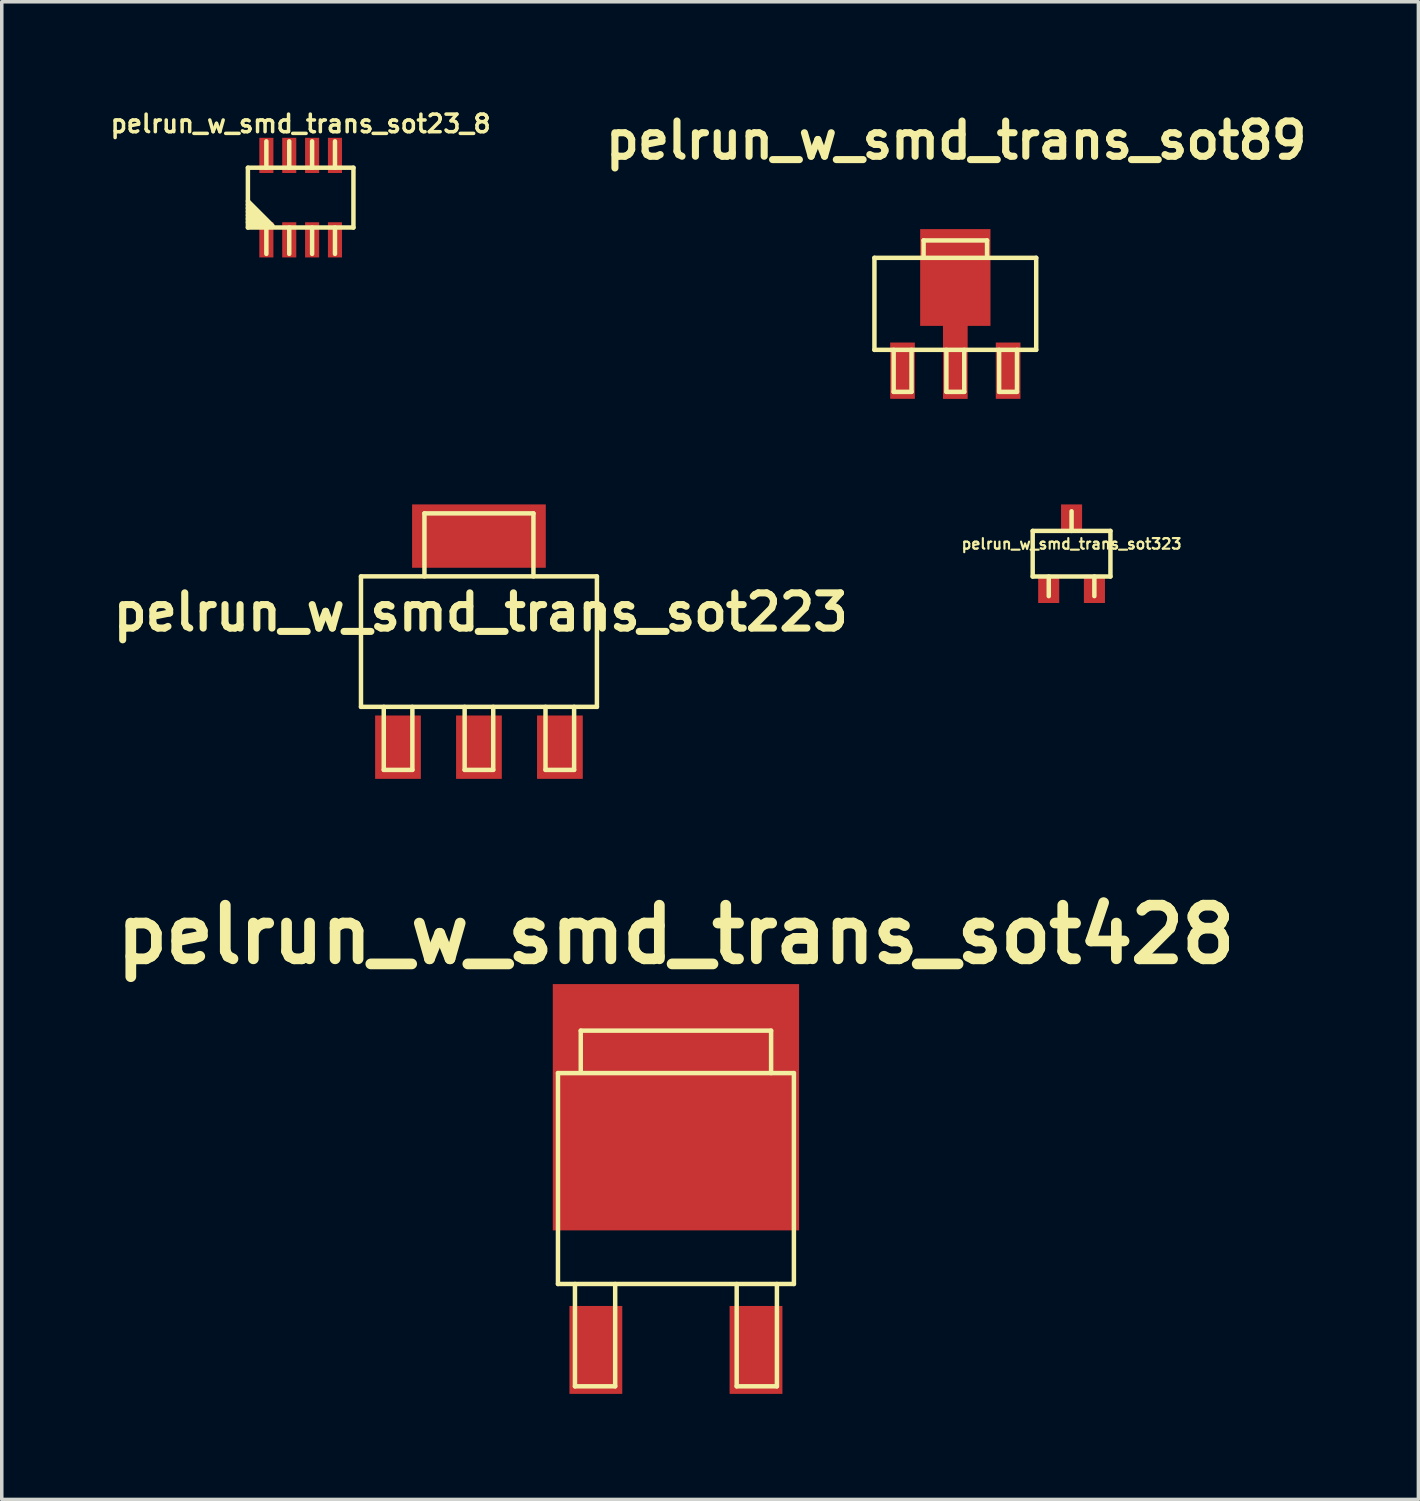
<source format=kicad_pcb>
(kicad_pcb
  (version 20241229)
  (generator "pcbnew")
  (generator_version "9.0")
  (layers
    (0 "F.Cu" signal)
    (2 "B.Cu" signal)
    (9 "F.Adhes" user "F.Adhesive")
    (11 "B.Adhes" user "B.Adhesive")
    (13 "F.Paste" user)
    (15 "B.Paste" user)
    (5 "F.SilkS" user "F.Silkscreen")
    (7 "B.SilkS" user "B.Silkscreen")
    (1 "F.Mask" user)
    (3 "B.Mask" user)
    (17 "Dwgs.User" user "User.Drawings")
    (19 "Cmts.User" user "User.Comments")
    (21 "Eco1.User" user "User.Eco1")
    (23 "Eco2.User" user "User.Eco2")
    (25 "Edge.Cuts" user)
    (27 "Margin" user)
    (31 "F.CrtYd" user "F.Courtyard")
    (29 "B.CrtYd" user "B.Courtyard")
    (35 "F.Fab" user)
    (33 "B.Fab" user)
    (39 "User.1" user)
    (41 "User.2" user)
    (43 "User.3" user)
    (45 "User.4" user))
  (footprint "pelrun_w_smd_trans_sot89"
    (layer "F.Cu")
    (at 24.103 5.586)
    (property "Reference" "pelrun_w_smd_trans_sot89" (at 0.025 -4.648 0) (layer "F.SilkS") (effects (font (size 1.001 1.001) (thickness 0.201))))
    (attr through_hole)
    (fp_line (start -2.299 -1.308) (end 2.299 -1.308) (stroke (width 0.127) (type solid)) (layer "F.SilkS"))
    (fp_line (start -2.299 1.308) (end -2.299 -1.308) (stroke (width 0.127) (type solid)) (layer "F.SilkS"))
    (fp_line (start -1.753 2.502) (end -1.753 1.308) (stroke (width 0.127) (type solid)) (layer "F.SilkS"))
    (fp_line (start -1.753 2.502) (end -1.245 2.502) (stroke (width 0.127) (type solid)) (layer "F.SilkS"))
    (fp_line (start -1.245 2.502) (end -1.245 1.308) (stroke (width 0.127) (type solid)) (layer "F.SilkS"))
    (fp_line (start -0.902 -1.803) (end -0.902 -1.308) (stroke (width 0.127) (type solid)) (layer "F.SilkS"))
    (fp_line (start -0.902 -1.803) (end 0.902 -1.803) (stroke (width 0.127) (type solid)) (layer "F.SilkS"))
    (fp_line (start -0.254 2.502) (end -0.254 1.308) (stroke (width 0.127) (type solid)) (layer "F.SilkS"))
    (fp_line (start -0.254 2.502) (end 0.254 2.502) (stroke (width 0.127) (type solid)) (layer "F.SilkS"))
    (fp_line (start 0.254 2.502) (end 0.254 1.308) (stroke (width 0.127) (type solid)) (layer "F.SilkS"))
    (fp_line (start 0.902 -1.803) (end 0.902 -1.308) (stroke (width 0.127) (type solid)) (layer "F.SilkS"))
    (fp_line (start 1.245 2.502) (end 1.245 1.308) (stroke (width 0.127) (type solid)) (layer "F.SilkS"))
    (fp_line (start 1.245 2.502) (end 1.753 2.502) (stroke (width 0.127) (type solid)) (layer "F.SilkS"))
    (fp_line (start 1.753 2.502) (end 1.753 1.308) (stroke (width 0.127) (type solid)) (layer "F.SilkS"))
    (fp_line (start 2.299 -1.308) (end 2.299 1.308) (stroke (width 0.127) (type solid)) (layer "F.SilkS"))
    (fp_line (start 2.299 1.308) (end -2.299 1.308) (stroke (width 0.127) (type solid)) (layer "F.SilkS"))
    (pad "1" smd rect (at -1.501 1.9) (size 0.701 1.6) (layers "F.Cu" "F.Mask" "F.Paste"))
    (pad "2" smd rect (at 0 -0.749) (size 1.999 2.751) (layers "F.Cu" "F.Mask" "F.Paste"))
    (pad "2" smd rect (at 0 1.651) (size 0.701 2.101) (layers "F.Cu" "F.Mask" "F.Paste"))
    (pad "3" smd rect (at 1.501 1.9) (size 0.701 1.6) (layers "F.Cu" "F.Mask" "F.Paste")))
  (footprint "pelrun_w_smd_trans_sot223"
    (layer "F.Cu")
    (at 10.563 15.187)
    (property "Reference" "pelrun_w_smd_trans_sot223" (at 0.051 -0.838 0) (layer "F.SilkS") (effects (font (size 1.001 1.001) (thickness 0.201))))
    (attr through_hole)
    (fp_line (start -3.353 -1.854) (end 3.353 -1.854) (stroke (width 0.127) (type solid)) (layer "F.SilkS"))
    (fp_line (start -3.353 1.854) (end -3.353 -1.854) (stroke (width 0.127) (type solid)) (layer "F.SilkS"))
    (fp_line (start -2.705 3.645) (end -2.705 1.854) (stroke (width 0.127) (type solid)) (layer "F.SilkS"))
    (fp_line (start -2.705 3.645) (end -1.892 3.645) (stroke (width 0.127) (type solid)) (layer "F.SilkS"))
    (fp_line (start -1.892 3.645) (end -1.892 1.854) (stroke (width 0.127) (type solid)) (layer "F.SilkS"))
    (fp_line (start -1.549 -3.645) (end -1.549 -1.854) (stroke (width 0.127) (type solid)) (layer "F.SilkS"))
    (fp_line (start -1.549 -3.645) (end 1.549 -3.645) (stroke (width 0.127) (type solid)) (layer "F.SilkS"))
    (fp_line (start -0.406 3.645) (end -0.406 1.854) (stroke (width 0.127) (type solid)) (layer "F.SilkS"))
    (fp_line (start -0.406 3.645) (end 0.406 3.645) (stroke (width 0.127) (type solid)) (layer "F.SilkS"))
    (fp_line (start 0.406 3.645) (end 0.406 1.854) (stroke (width 0.127) (type solid)) (layer "F.SilkS"))
    (fp_line (start 1.549 -3.645) (end 1.549 -1.854) (stroke (width 0.127) (type solid)) (layer "F.SilkS"))
    (fp_line (start 1.892 3.645) (end 1.892 1.854) (stroke (width 0.127) (type solid)) (layer "F.SilkS"))
    (fp_line (start 1.892 3.645) (end 2.705 3.645) (stroke (width 0.127) (type solid)) (layer "F.SilkS"))
    (fp_line (start 2.705 3.645) (end 2.705 1.854) (stroke (width 0.127) (type solid)) (layer "F.SilkS"))
    (fp_line (start 3.353 -1.854) (end 3.353 1.854) (stroke (width 0.127) (type solid)) (layer "F.SilkS"))
    (fp_line (start 3.353 1.854) (end -3.353 1.854) (stroke (width 0.127) (type solid)) (layer "F.SilkS"))
    (pad "1" smd rect (at -2.301 3) (size 1.3 1.801) (layers "F.Cu" "F.Mask" "F.Paste"))
    (pad "2" smd rect (at 0 3) (size 1.3 1.801) (layers "F.Cu" "F.Mask" "F.Paste"))
    (pad "3" smd rect (at 2.301 3) (size 1.3 1.801) (layers "F.Cu" "F.Mask" "F.Paste"))
    (pad "4" smd rect (at 0 -3) (size 3.8 1.801) (layers "F.Cu" "F.Mask" "F.Paste")))
  (footprint "pelrun_w_smd_trans_sot323"
    (layer "F.Cu")
    (at 27.407 12.688)
    (property "Reference" "pelrun_w_smd_trans_sot323" (at 0 -0.279 0) (layer "F.SilkS") (effects (font (size 0.3 0.3) (thickness 0.061))))
    (attr through_hole)
    (fp_line (start -1.105 -0.648) (end 1.105 -0.648) (stroke (width 0.127) (type solid)) (layer "F.SilkS"))
    (fp_line (start -1.105 0.648) (end -1.105 -0.648) (stroke (width 0.127) (type solid)) (layer "F.SilkS"))
    (fp_line (start -0.648 0.648) (end -0.648 1.206) (stroke (width 0.127) (type solid)) (layer "F.SilkS"))
    (fp_line (start 0 -0.648) (end 0 -1.206) (stroke (width 0.127) (type solid)) (layer "F.SilkS"))
    (fp_line (start 0.648 0.648) (end 0.648 1.206) (stroke (width 0.127) (type solid)) (layer "F.SilkS"))
    (fp_line (start 1.105 -0.648) (end 1.105 0.648) (stroke (width 0.127) (type solid)) (layer "F.SilkS"))
    (fp_line (start 1.105 0.648) (end -1.105 0.648) (stroke (width 0.127) (type solid)) (layer "F.SilkS"))
    (pad "1" smd rect (at -0.65 1.001) (size 0.599 0.8) (layers "F.Cu" "F.Mask" "F.Paste"))
    (pad "2" smd rect (at 0 -1.001) (size 0.599 0.8) (layers "F.Cu" "F.Mask" "F.Paste"))
    (pad "3" smd rect (at 0.65 1.001) (size 0.599 0.8) (layers "F.Cu" "F.Mask" "F.Paste")))
  (footprint "pelrun_w_smd_trans_sot428"
    (layer "F.Cu")
    (at 16.162 31.87)
    (property "Reference" "pelrun_w_smd_trans_sot428" (at 0 -8.357 0) (layer "F.SilkS") (effects (font (size 1.524 1.524) (thickness 0.305))))
    (attr through_hole)
    (fp_line (start -3.353 -4.42) (end -3.353 1.575) (stroke (width 0.127) (type solid)) (layer "F.SilkS"))
    (fp_line (start -2.87 1.575) (end -2.87 4.483) (stroke (width 0.127) (type solid)) (layer "F.SilkS"))
    (fp_line (start -2.87 4.483) (end -1.727 4.483) (stroke (width 0.127) (type solid)) (layer "F.SilkS"))
    (fp_line (start -2.705 -5.626) (end 2.705 -5.626) (stroke (width 0.127) (type solid)) (layer "F.SilkS"))
    (fp_line (start -2.705 -4.432) (end -2.705 -5.626) (stroke (width 0.127) (type solid)) (layer "F.SilkS"))
    (fp_line (start -1.727 4.483) (end -1.727 1.575) (stroke (width 0.127) (type solid)) (layer "F.SilkS"))
    (fp_line (start 1.727 1.575) (end 1.727 4.483) (stroke (width 0.127) (type solid)) (layer "F.SilkS"))
    (fp_line (start 1.727 4.483) (end 2.87 4.483) (stroke (width 0.127) (type solid)) (layer "F.SilkS"))
    (fp_line (start 2.705 -5.626) (end 2.705 -4.42) (stroke (width 0.127) (type solid)) (layer "F.SilkS"))
    (fp_line (start 2.87 4.483) (end 2.87 1.575) (stroke (width 0.127) (type solid)) (layer "F.SilkS"))
    (fp_line (start 3.353 -4.42) (end -3.353 -4.42) (stroke (width 0.127) (type solid)) (layer "F.SilkS"))
    (fp_line (start 3.353 1.575) (end -3.353 1.575) (stroke (width 0.127) (type solid)) (layer "F.SilkS"))
    (fp_line (start 3.353 1.575) (end 3.353 -4.42) (stroke (width 0.127) (type solid)) (layer "F.SilkS"))
    (pad "1" smd rect (at -2.276 3.449) (size 1.501 2.499) (layers "F.Cu" "F.Mask" "F.Paste"))
    (pad "2" smd rect (at 0 -3.449) (size 7 7) (layers "F.Cu" "F.Mask" "F.Paste"))
    (pad "3" smd rect (at 2.276 3.449) (size 1.501 2.499) (layers "F.Cu" "F.Mask" "F.Paste")))
  (footprint "pelrun_w_smd_trans_sot23_8"
    (layer "F.Cu")
    (at 5.496 2.567)
    (property "Reference" "pelrun_w_smd_trans_sot23_8" (at 0 -2.1 0) (layer "F.SilkS") (effects (font (size 0.5 0.5) (thickness 0.099))))
    (attr through_hole)
    (fp_line (start -1.5 -0.85) (end 1.5 -0.85) (stroke (width 0.127) (type solid)) (layer "F.SilkS"))
    (fp_line (start -1.5 0.1) (end -0.8 0.8) (stroke (width 0.127) (type solid)) (layer "F.SilkS"))
    (fp_line (start -1.5 0.2) (end -0.9 0.8) (stroke (width 0.127) (type solid)) (layer "F.SilkS"))
    (fp_line (start -1.5 0.3) (end -1 0.8) (stroke (width 0.127) (type solid)) (layer "F.SilkS"))
    (fp_line (start -1.5 0.4) (end -1.1 0.8) (stroke (width 0.127) (type solid)) (layer "F.SilkS"))
    (fp_line (start -1.5 0.5) (end -1.2 0.8) (stroke (width 0.127) (type solid)) (layer "F.SilkS"))
    (fp_line (start -1.5 0.6) (end -1.3 0.8) (stroke (width 0.127) (type solid)) (layer "F.SilkS"))
    (fp_line (start -1.5 0.7) (end -1.4 0.8) (stroke (width 0.127) (type solid)) (layer "F.SilkS"))
    (fp_line (start -1.5 0.85) (end -1.5 -0.85) (stroke (width 0.127) (type solid)) (layer "F.SilkS"))
    (fp_line (start -0.975 -0.85) (end -0.975 -1.6) (stroke (width 0.127) (type solid)) (layer "F.SilkS"))
    (fp_line (start -0.975 0.85) (end -0.975 1.6) (stroke (width 0.127) (type solid)) (layer "F.SilkS"))
    (fp_line (start -0.325 -0.85) (end -0.325 -1.6) (stroke (width 0.127) (type solid)) (layer "F.SilkS"))
    (fp_line (start -0.325 0.85) (end -0.325 1.6) (stroke (width 0.127) (type solid)) (layer "F.SilkS"))
    (fp_line (start 0.325 -0.85) (end 0.325 -1.6) (stroke (width 0.127) (type solid)) (layer "F.SilkS"))
    (fp_line (start 0.325 0.85) (end 0.325 1.6) (stroke (width 0.127) (type solid)) (layer "F.SilkS"))
    (fp_line (start 0.975 -0.85) (end 0.975 -1.6) (stroke (width 0.127) (type solid)) (layer "F.SilkS"))
    (fp_line (start 0.975 0.85) (end 0.975 1.6) (stroke (width 0.127) (type solid)) (layer "F.SilkS"))
    (fp_line (start 1.5 -0.85) (end 1.5 0.85) (stroke (width 0.127) (type solid)) (layer "F.SilkS"))
    (fp_line (start 1.5 0.85) (end -1.5 0.85) (stroke (width 0.127) (type solid)) (layer "F.SilkS"))
    (pad "1" smd rect (at -0.975 1.2) (size 0.4 1) (layers "F.Cu" "F.Mask" "F.Paste"))
    (pad "2" smd rect (at -0.325 1.2) (size 0.4 1) (layers "F.Cu" "F.Mask" "F.Paste"))
    (pad "3" smd rect (at 0.325 1.2) (size 0.4 1) (layers "F.Cu" "F.Mask" "F.Paste"))
    (pad "4" smd rect (at 0.975 1.2) (size 0.4 1) (layers "F.Cu" "F.Mask" "F.Paste"))
    (pad "5" smd rect (at 0.975 -1.2) (size 0.4 1) (layers "F.Cu" "F.Mask" "F.Paste"))
    (pad "6" smd rect (at 0.325 -1.2) (size 0.4 1) (layers "F.Cu" "F.Mask" "F.Paste"))
    (pad "7" smd rect (at -0.325 -1.2) (size 0.4 1) (layers "F.Cu" "F.Mask" "F.Paste"))
    (pad "8" smd rect (at -0.975 -1.2) (size 0.4 1) (layers "F.Cu" "F.Mask" "F.Paste")))
  (gr_rect
    (start -3 -3)
    (end 37.265 39.569)
    (stroke (width 0.1) (type default))
    (fill no)
    (layer "Edge.Cuts")))
</source>
